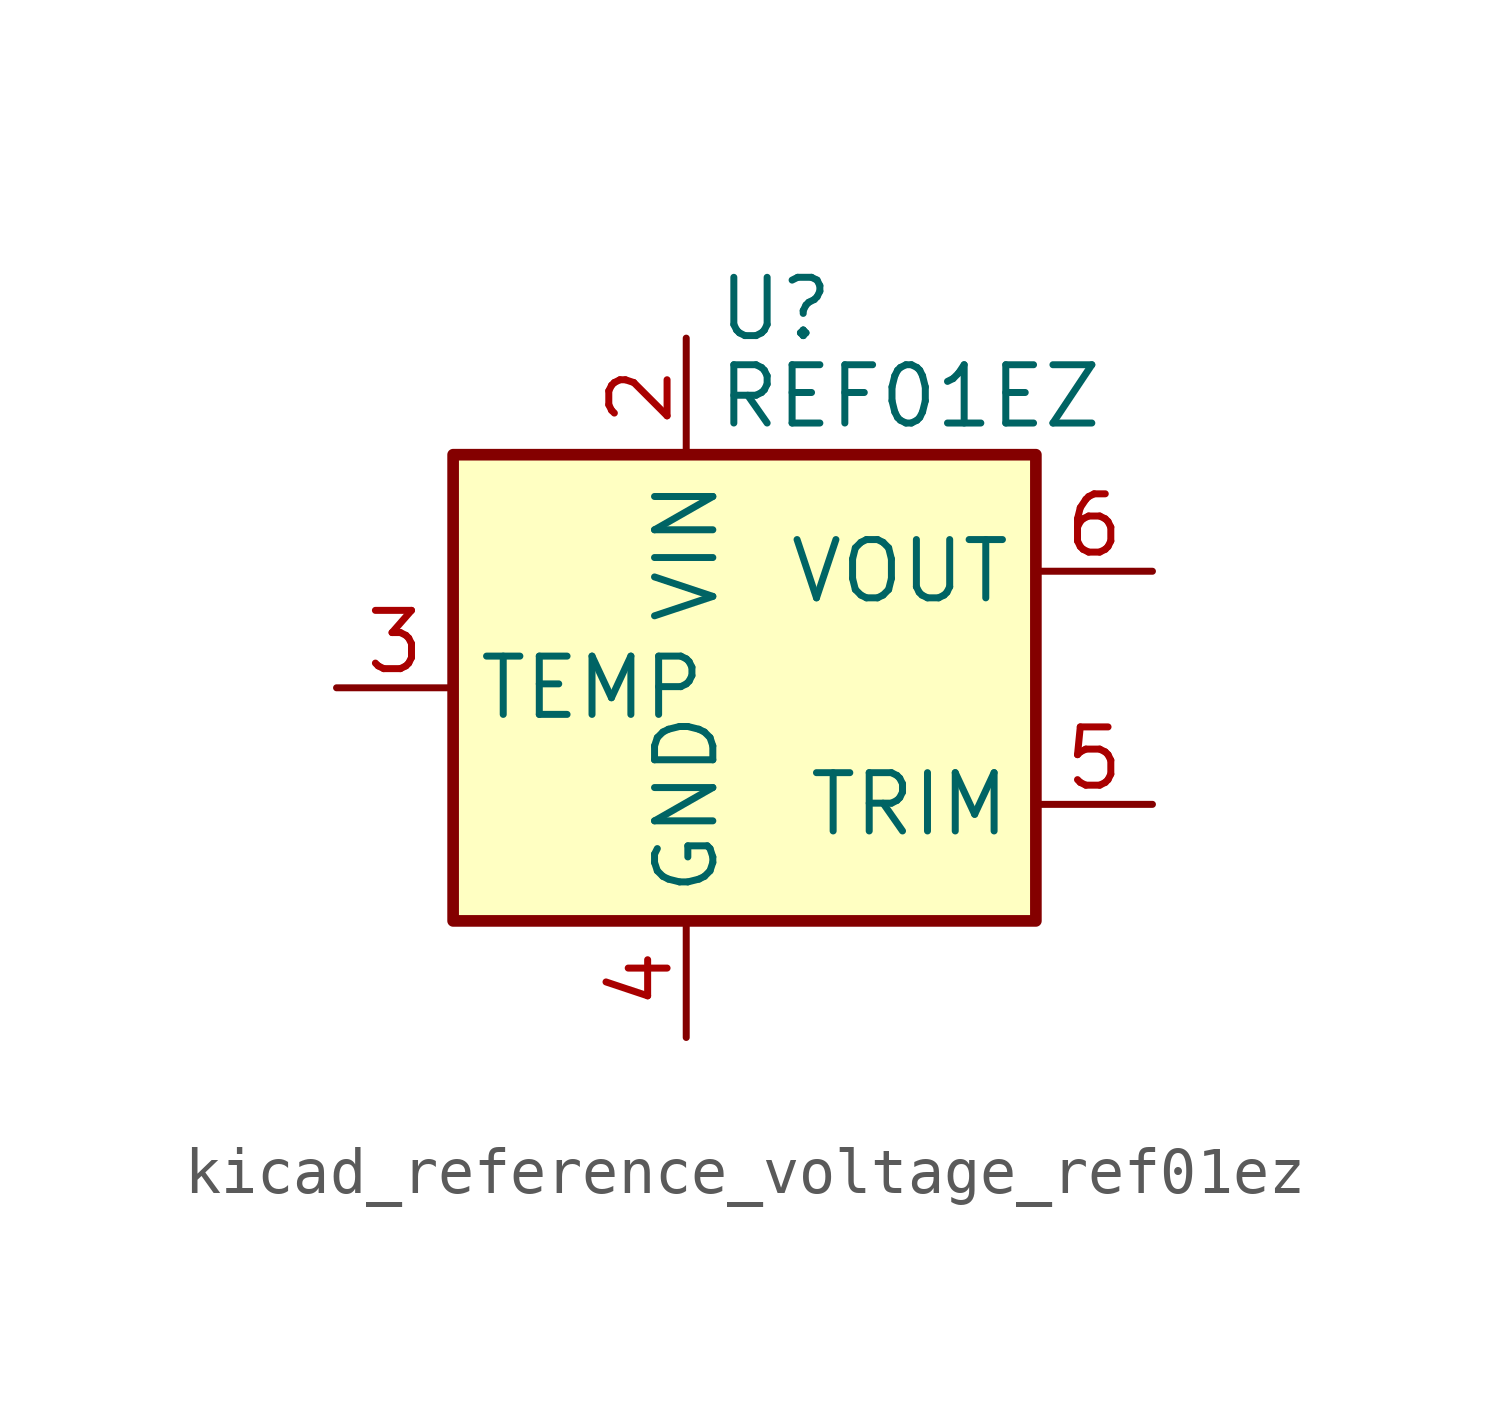
<source format=kicad_sym>
(kicad_symbol_lib
  (version 20220914)
  (generator kicad_symbol_editor)
  (symbol "kicad_reference_voltage_ref01ez"
    (property "Reference" "U"
      (at 0.635 8.255 0)
      (effects (font (size 1.27 1.27)) (justify left)))
    (property "Value" "REF01EZ"
      (at 0.635 6.35 0)
      (effects (font (size 1.27 1.27)) (justify left)))
    (symbol "kicad_reference_voltage_ref01ez_0_1"
      (rectangle (start -5.08 5.08) (end 7.62 -5.08) (stroke (width 0.254) (type default)) (fill (type background))))
    (symbol "kicad_reference_voltage_ref01ez_1_1"
      (pin no_connect line (at 2.54 -5.08 90) (length 2.54) hide (name "NC" (effects (font (size 1.27 1.27)))) (number "1" (effects (font (size 1.27 1.27)))))
      (pin power_in line (at 0 7.62 270) (length 2.54) (name "VIN" (effects (font (size 1.27 1.27)))) (number "2" (effects (font (size 1.27 1.27)))))
      (pin passive line (at -7.62 0 0) (length 2.54) (name "TEMP" (effects (font (size 1.27 1.27)))) (number "3" (effects (font (size 1.27 1.27)))))
      (pin power_in line (at 0 -7.62 90) (length 2.54) (name "GND" (effects (font (size 1.27 1.27)))) (number "4" (effects (font (size 1.27 1.27)))))
      (pin passive line (at 10.16 -2.54 180) (length 2.54) (name "TRIM" (effects (font (size 1.27 1.27)))) (number "5" (effects (font (size 1.27 1.27)))))
      (pin power_out line (at 10.16 2.54 180) (length 2.54) (name "VOUT" (effects (font (size 1.27 1.27)))) (number "6" (effects (font (size 1.27 1.27)))))
      (pin no_connect line (at -2.54 -5.08 90) (length 2.54) hide (name "NC" (effects (font (size 1.27 1.27)))) (number "7" (effects (font (size 1.27 1.27)))))
      (pin no_connect line (at 7.62 0 180) (length 2.54) hide (name "NC" (effects (font (size 1.27 1.27)))) (number "8" (effects (font (size 1.27 1.27))))))))
</source>
